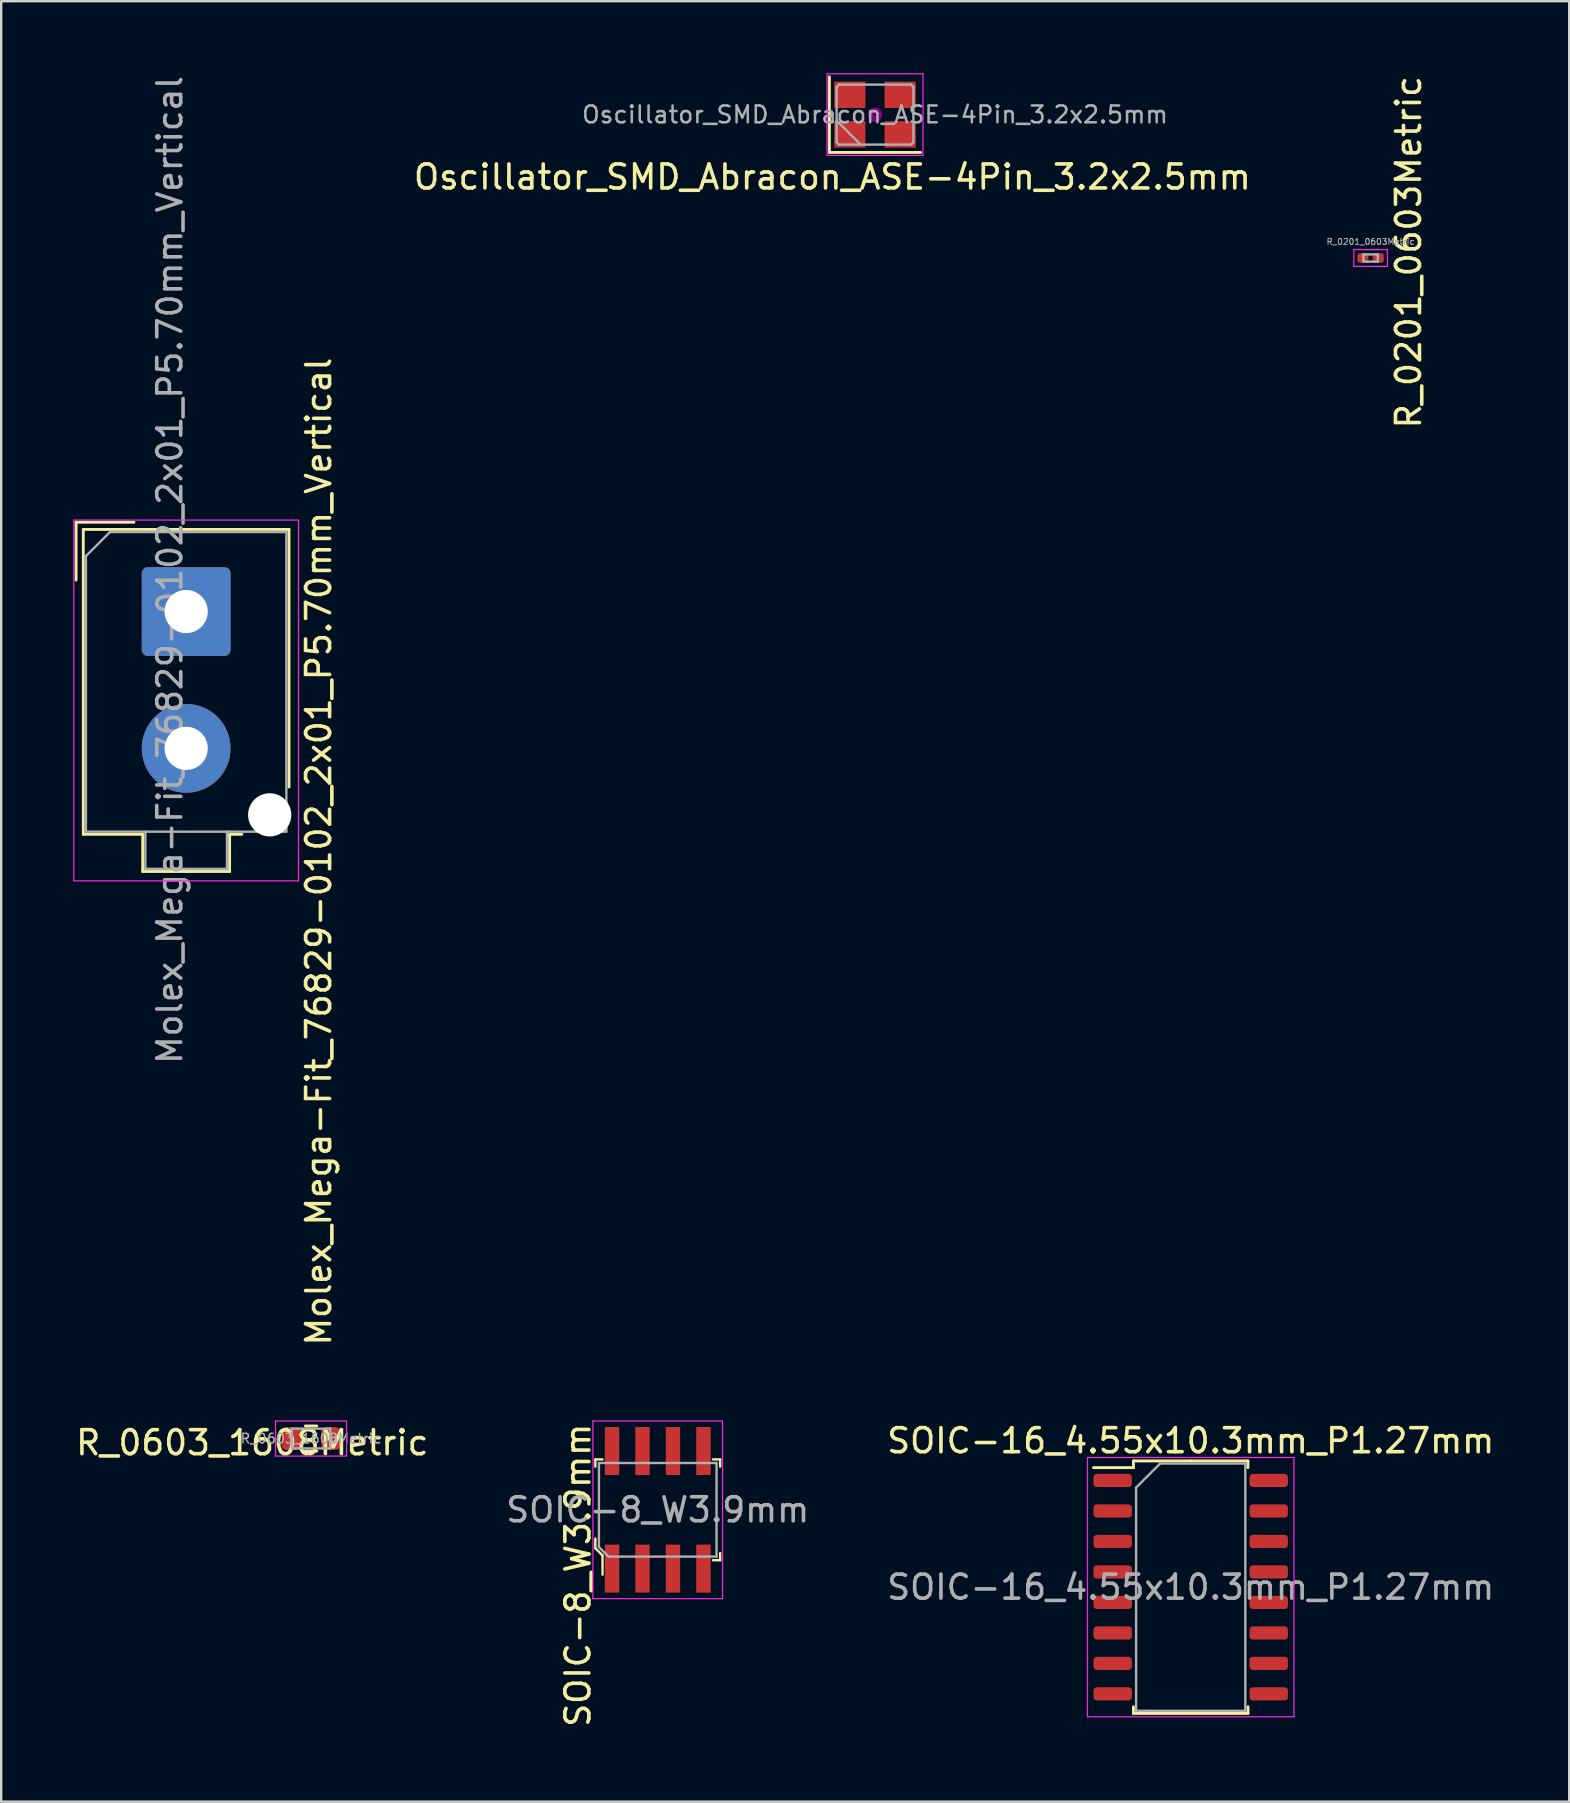
<source format=kicad_pcb>
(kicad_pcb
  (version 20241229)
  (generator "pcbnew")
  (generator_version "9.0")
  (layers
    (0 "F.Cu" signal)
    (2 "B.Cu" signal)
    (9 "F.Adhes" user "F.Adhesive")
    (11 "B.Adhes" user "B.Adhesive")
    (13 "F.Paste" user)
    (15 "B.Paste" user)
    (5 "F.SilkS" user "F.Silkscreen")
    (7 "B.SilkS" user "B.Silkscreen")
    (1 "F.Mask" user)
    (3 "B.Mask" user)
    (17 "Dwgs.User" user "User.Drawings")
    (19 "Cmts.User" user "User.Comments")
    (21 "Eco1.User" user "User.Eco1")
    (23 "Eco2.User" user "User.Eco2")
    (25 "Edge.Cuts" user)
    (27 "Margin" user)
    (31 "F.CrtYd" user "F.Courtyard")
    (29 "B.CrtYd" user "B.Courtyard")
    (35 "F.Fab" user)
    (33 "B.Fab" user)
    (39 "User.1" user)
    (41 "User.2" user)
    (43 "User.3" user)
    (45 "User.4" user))
  (footprint "R_0603_1608Metric"
    (layer "F.Cu")
    (at 9.908 56.878)
    (property "Reference" "R_0603_1608Metric" (at -2.45 0.175 0) (layer "F.SilkS") (effects (font (size 1 1) (thickness 0.15))))
    (attr smd)
    (fp_line (start -0.237 -0.522) (end 0.237 -0.522) (stroke (width 0.12) (type solid)) (layer "F.SilkS"))
    (fp_line (start -0.237 0.522) (end 0.237 0.522) (stroke (width 0.12) (type solid)) (layer "F.SilkS"))
    (fp_line (start -1.48 -0.73) (end 1.48 -0.73) (stroke (width 0.05) (type solid)) (layer "F.CrtYd"))
    (fp_line (start -1.48 0.73) (end -1.48 -0.73) (stroke (width 0.05) (type solid)) (layer "F.CrtYd"))
    (fp_line (start 1.48 -0.73) (end 1.48 0.73) (stroke (width 0.05) (type solid)) (layer "F.CrtYd"))
    (fp_line (start 1.48 0.73) (end -1.48 0.73) (stroke (width 0.05) (type solid)) (layer "F.CrtYd"))
    (fp_line (start -0.8 -0.412) (end 0.8 -0.412) (stroke (width 0.1) (type solid)) (layer "F.Fab"))
    (fp_line (start -0.8 0.412) (end -0.8 -0.412) (stroke (width 0.1) (type solid)) (layer "F.Fab"))
    (fp_line (start 0.8 -0.412) (end 0.8 0.412) (stroke (width 0.1) (type solid)) (layer "F.Fab"))
    (fp_line (start 0.8 0.412) (end -0.8 0.412) (stroke (width 0.1) (type solid)) (layer "F.Fab"))
    (fp_text user "${REFERENCE}" (at 0 0 0) (layer "F.Fab") (effects (font (size 0.4 0.4) (thickness 0.06))))
    (pad "1" smd roundrect (at -0.825 0) (size 0.8 0.95) (layers "F.Cu" "F.Mask" "F.Paste") (roundrect_rratio 0.25))
    (pad "2" smd roundrect (at 0.825 0) (size 0.8 0.95) (layers "F.Cu" "F.Mask" "F.Paste") (roundrect_rratio 0.25)))
  (footprint "Oscillator_SMD_Abracon_ASE-4Pin_3.2x2.5mm"
    (layer "F.Cu")
    (at 33.402 1.725)
    (property "Reference" "Oscillator_SMD_Abracon_ASE-4Pin_3.2x2.5mm" (at -1.775 2.6 0) (layer "F.SilkS") (effects (font (size 1 1) (thickness 0.15))))
    (attr smd)
    (fp_line (start -1.9 -1.575) (end -1.9 1.575) (stroke (width 0.12) (type solid)) (layer "F.SilkS"))
    (fp_line (start -1.9 1.575) (end 1.9 1.575) (stroke (width 0.12) (type solid)) (layer "F.SilkS"))
    (fp_circle (center 0 0) (end 0.058 0) (stroke (width 0.117) (type solid)) (fill no) (layer "F.Adhes"))
    (fp_circle (center 0 0) (end 0.133 0) (stroke (width 0.083) (type solid)) (fill no) (layer "F.Adhes"))
    (fp_circle (center 0 0) (end 0.208 0) (stroke (width 0.083) (type solid)) (fill no) (layer "F.Adhes"))
    (fp_circle (center 0 0) (end 0.25 0) (stroke (width 0.1) (type solid)) (fill no) (layer "F.Adhes"))
    (fp_line (start -2 -1.7) (end -2 1.7) (stroke (width 0.05) (type solid)) (layer "F.CrtYd"))
    (fp_line (start -2 1.7) (end 2 1.7) (stroke (width 0.05) (type solid)) (layer "F.CrtYd"))
    (fp_line (start 2 -1.7) (end -2 -1.7) (stroke (width 0.05) (type solid)) (layer "F.CrtYd"))
    (fp_line (start 2 1.7) (end 2 -1.7) (stroke (width 0.05) (type solid)) (layer "F.CrtYd"))
    (fp_line (start -1.6 -1.15) (end -1.5 -1.25) (stroke (width 0.1) (type solid)) (layer "F.Fab"))
    (fp_line (start -1.6 0.25) (end -0.6 1.25) (stroke (width 0.1) (type solid)) (layer "F.Fab"))
    (fp_line (start -1.6 1.15) (end -1.6 -1.15) (stroke (width 0.1) (type solid)) (layer "F.Fab"))
    (fp_line (start -1.5 -1.25) (end 1.5 -1.25) (stroke (width 0.1) (type solid)) (layer "F.Fab"))
    (fp_line (start -1.5 1.25) (end -1.6 1.15) (stroke (width 0.1) (type solid)) (layer "F.Fab"))
    (fp_line (start 1.5 -1.25) (end 1.6 -1.15) (stroke (width 0.1) (type solid)) (layer "F.Fab"))
    (fp_line (start 1.5 1.25) (end -1.5 1.25) (stroke (width 0.1) (type solid)) (layer "F.Fab"))
    (fp_line (start 1.6 -1.15) (end 1.6 1.15) (stroke (width 0.1) (type solid)) (layer "F.Fab"))
    (fp_line (start 1.6 1.15) (end 1.5 1.25) (stroke (width 0.1) (type solid)) (layer "F.Fab"))
    (fp_text user "${REFERENCE}" (at 0 0 0) (layer "F.Fab") (effects (font (size 0.7 0.7) (thickness 0.105))))
    (pad "1" smd rect (at -1.05 0.825) (size 1.3 1.1) (layers "F.Cu" "F.Mask" "F.Paste"))
    (pad "2" smd rect (at 1.05 0.825) (size 1.3 1.1) (layers "F.Cu" "F.Mask" "F.Paste"))
    (pad "3" smd rect (at 1.05 -0.825) (size 1.3 1.1) (layers "F.Cu" "F.Mask" "F.Paste"))
    (pad "4" smd rect (at -1.05 -0.825) (size 1.3 1.1) (layers "F.Cu" "F.Mask" "F.Paste")))
  (footprint "Molex_Mega-Fit_76829-0102_2x01_P5.70mm_Vertical"
    (layer "F.Cu")
    (at 4.705 22.426)
    (property "Reference" "Molex_Mega-Fit_76829-0102_2x01_P5.70mm_Vertical" (at 5.52 10 270) (layer "F.SilkS") (effects (font (size 1 1) (thickness 0.15))))
    (attr through_hole)
    (fp_line (start -4.585 -3.72) (end -2.175 -3.72) (stroke (width 0.12) (type solid)) (layer "F.SilkS"))
    (fp_line (start -4.585 -1.31) (end -4.585 -3.72) (stroke (width 0.12) (type solid)) (layer "F.SilkS"))
    (fp_line (start -4.285 -3.42) (end -4.285 9.28) (stroke (width 0.12) (type solid)) (layer "F.SilkS"))
    (fp_line (start -4.285 9.28) (end -1.81 9.28) (stroke (width 0.12) (type solid)) (layer "F.SilkS"))
    (fp_line (start -1.81 9.28) (end -1.81 10.83) (stroke (width 0.12) (type solid)) (layer "F.SilkS"))
    (fp_line (start -1.81 10.83) (end 0 10.83) (stroke (width 0.12) (type solid)) (layer "F.SilkS"))
    (fp_line (start 0 -3.42) (end -4.285 -3.42) (stroke (width 0.12) (type solid)) (layer "F.SilkS"))
    (fp_line (start 0 -3.42) (end 4.285 -3.42) (stroke (width 0.12) (type solid)) (layer "F.SilkS"))
    (fp_line (start 1.81 9.28) (end 1.81 10.83) (stroke (width 0.12) (type solid)) (layer "F.SilkS"))
    (fp_line (start 1.81 10.83) (end 0 10.83) (stroke (width 0.12) (type solid)) (layer "F.SilkS"))
    (fp_line (start 2.32 9.28) (end 1.81 9.28) (stroke (width 0.12) (type solid)) (layer "F.SilkS"))
    (fp_line (start 4.285 -3.42) (end 4.285 7.31) (stroke (width 0.12) (type solid)) (layer "F.SilkS"))
    (fp_line (start -4.68 -3.81) (end -4.68 11.22) (stroke (width 0.05) (type solid)) (layer "F.CrtYd"))
    (fp_line (start -4.68 11.22) (end 4.68 11.22) (stroke (width 0.05) (type solid)) (layer "F.CrtYd"))
    (fp_line (start 4.68 -3.81) (end -4.68 -3.81) (stroke (width 0.05) (type solid)) (layer "F.CrtYd"))
    (fp_line (start 4.68 11.22) (end 4.68 -3.81) (stroke (width 0.05) (type solid)) (layer "F.CrtYd"))
    (fp_line (start -4.175 -2.31) (end -4.175 9.17) (stroke (width 0.1) (type solid)) (layer "F.Fab"))
    (fp_line (start -4.175 9.17) (end 4.175 9.17) (stroke (width 0.1) (type solid)) (layer "F.Fab"))
    (fp_line (start -3.175 -3.31) (end -4.175 -2.31) (stroke (width 0.1) (type solid)) (layer "F.Fab"))
    (fp_line (start -1.7 9.17) (end -1.7 10.72) (stroke (width 0.1) (type solid)) (layer "F.Fab"))
    (fp_line (start -1.7 10.72) (end 1.7 10.72) (stroke (width 0.1) (type solid)) (layer "F.Fab"))
    (fp_line (start 1.7 10.72) (end 1.7 9.17) (stroke (width 0.1) (type solid)) (layer "F.Fab"))
    (fp_line (start 4.175 -3.31) (end -3.175 -3.31) (stroke (width 0.1) (type solid)) (layer "F.Fab"))
    (fp_line (start 4.175 9.17) (end 4.175 -3.31) (stroke (width 0.1) (type solid)) (layer "F.Fab"))
    (fp_text user "${REFERENCE}" (at -0.68 -1.73 270) (layer "F.Fab") (effects (font (size 1 1) (thickness 0.15))))
    (pad "" np_thru_hole circle (at 3.48 8.47) (size 1.8 1.8) (drill 1.8) (layers "*.Cu" "*.Mask"))
    (pad "1" thru_hole roundrect (at 0 0) (size 3.7 3.7) (drill 1.8) (layers "*.Cu" "*.Mask") (roundrect_rratio 0.068))
    (pad "2" thru_hole circle (at 0 5.7) (size 3.7 3.7) (drill 1.8) (layers "*.Cu" "*.Mask")))
  (footprint "SOIC-16_4.55x10.3mm_P1.27mm"
    (layer "F.Cu")
    (at 46.554 63.071)
    (property "Reference" "SOIC-16_4.55x10.3mm_P1.27mm" (at 0 -6.1 180) (layer "F.SilkS") (effects (font (size 1 1) (thickness 0.15))))
    (attr smd)
    (fp_line (start -2.385 -5.26) (end -2.385 -4.98) (stroke (width 0.12) (type solid)) (layer "F.SilkS"))
    (fp_line (start -2.385 -4.98) (end -4.05 -4.98) (stroke (width 0.12) (type solid)) (layer "F.SilkS"))
    (fp_line (start -2.385 5.26) (end -2.385 4.98) (stroke (width 0.12) (type solid)) (layer "F.SilkS"))
    (fp_line (start 0 -5.26) (end -2.385 -5.26) (stroke (width 0.12) (type solid)) (layer "F.SilkS"))
    (fp_line (start 0 -5.26) (end 2.385 -5.26) (stroke (width 0.12) (type solid)) (layer "F.SilkS"))
    (fp_line (start 0 5.26) (end -2.385 5.26) (stroke (width 0.12) (type solid)) (layer "F.SilkS"))
    (fp_line (start 0 5.26) (end 2.385 5.26) (stroke (width 0.12) (type solid)) (layer "F.SilkS"))
    (fp_line (start 2.385 -5.26) (end 2.385 -4.98) (stroke (width 0.12) (type solid)) (layer "F.SilkS"))
    (fp_line (start 2.385 5.26) (end 2.385 4.98) (stroke (width 0.12) (type solid)) (layer "F.SilkS"))
    (fp_line (start -4.3 -5.4) (end -4.3 5.4) (stroke (width 0.05) (type solid)) (layer "F.CrtYd"))
    (fp_line (start -4.3 5.4) (end 4.3 5.4) (stroke (width 0.05) (type solid)) (layer "F.CrtYd"))
    (fp_line (start 4.3 -5.4) (end -4.3 -5.4) (stroke (width 0.05) (type solid)) (layer "F.CrtYd"))
    (fp_line (start 4.3 5.4) (end 4.3 -5.4) (stroke (width 0.05) (type solid)) (layer "F.CrtYd"))
    (fp_line (start -2.275 -4.15) (end -1.275 -5.15) (stroke (width 0.1) (type solid)) (layer "F.Fab"))
    (fp_line (start -2.275 5.15) (end -2.275 -4.15) (stroke (width 0.1) (type solid)) (layer "F.Fab"))
    (fp_line (start -1.275 -5.15) (end 2.275 -5.15) (stroke (width 0.1) (type solid)) (layer "F.Fab"))
    (fp_line (start 2.275 -5.15) (end 2.275 5.15) (stroke (width 0.1) (type solid)) (layer "F.Fab"))
    (fp_line (start 2.275 5.15) (end -2.275 5.15) (stroke (width 0.1) (type solid)) (layer "F.Fab"))
    (fp_text user "${REFERENCE}" (at 0 0 180) (layer "F.Fab") (effects (font (size 1 1) (thickness 0.15))))
    (pad "1" smd roundrect (at -3.25 -4.445) (size 1.6 0.55) (layers "F.Cu" "F.Mask" "F.Paste") (roundrect_rratio 0.25))
    (pad "2" smd roundrect (at -3.25 -3.175) (size 1.6 0.55) (layers "F.Cu" "F.Mask" "F.Paste") (roundrect_rratio 0.25))
    (pad "3" smd roundrect (at -3.25 -1.905) (size 1.6 0.55) (layers "F.Cu" "F.Mask" "F.Paste") (roundrect_rratio 0.25))
    (pad "4" smd roundrect (at -3.25 -0.635) (size 1.6 0.55) (layers "F.Cu" "F.Mask" "F.Paste") (roundrect_rratio 0.25))
    (pad "5" smd roundrect (at -3.25 0.635) (size 1.6 0.55) (layers "F.Cu" "F.Mask" "F.Paste") (roundrect_rratio 0.25))
    (pad "6" smd roundrect (at -3.25 1.905) (size 1.6 0.55) (layers "F.Cu" "F.Mask" "F.Paste") (roundrect_rratio 0.25))
    (pad "7" smd roundrect (at -3.25 3.175) (size 1.6 0.55) (layers "F.Cu" "F.Mask" "F.Paste") (roundrect_rratio 0.25))
    (pad "8" smd roundrect (at -3.25 4.445) (size 1.6 0.55) (layers "F.Cu" "F.Mask" "F.Paste") (roundrect_rratio 0.25))
    (pad "9" smd roundrect (at 3.25 4.445) (size 1.6 0.55) (layers "F.Cu" "F.Mask" "F.Paste") (roundrect_rratio 0.25))
    (pad "10" smd roundrect (at 3.25 3.175) (size 1.6 0.55) (layers "F.Cu" "F.Mask" "F.Paste") (roundrect_rratio 0.25))
    (pad "11" smd roundrect (at 3.25 1.905) (size 1.6 0.55) (layers "F.Cu" "F.Mask" "F.Paste") (roundrect_rratio 0.25))
    (pad "12" smd roundrect (at 3.25 0.635) (size 1.6 0.55) (layers "F.Cu" "F.Mask" "F.Paste") (roundrect_rratio 0.25))
    (pad "13" smd roundrect (at 3.25 -0.635) (size 1.6 0.55) (layers "F.Cu" "F.Mask" "F.Paste") (roundrect_rratio 0.25))
    (pad "14" smd roundrect (at 3.25 -1.905) (size 1.6 0.55) (layers "F.Cu" "F.Mask" "F.Paste") (roundrect_rratio 0.25))
    (pad "15" smd roundrect (at 3.25 -3.175) (size 1.6 0.55) (layers "F.Cu" "F.Mask" "F.Paste") (roundrect_rratio 0.25))
    (pad "16" smd roundrect (at 3.25 -4.445) (size 1.6 0.55) (layers "F.Cu" "F.Mask" "F.Paste") (roundrect_rratio 0.25)))
  (footprint "R_0201_0603Metric"
    (layer "F.Cu")
    (at 54.049 7.698)
    (property "Reference" "R_0201_0603Metric" (at 1.58 -0.24 270) (layer "F.SilkS") (effects (font (size 1 1) (thickness 0.15))))
    (attr smd)
    (fp_line (start -0.7 -0.35) (end 0.7 -0.35) (stroke (width 0.05) (type solid)) (layer "F.CrtYd"))
    (fp_line (start -0.7 0.35) (end -0.7 -0.35) (stroke (width 0.05) (type solid)) (layer "F.CrtYd"))
    (fp_line (start 0.7 -0.35) (end 0.7 0.35) (stroke (width 0.05) (type solid)) (layer "F.CrtYd"))
    (fp_line (start 0.7 0.35) (end -0.7 0.35) (stroke (width 0.05) (type solid)) (layer "F.CrtYd"))
    (fp_line (start -0.3 -0.15) (end 0.3 -0.15) (stroke (width 0.1) (type solid)) (layer "F.Fab"))
    (fp_line (start -0.3 0.15) (end -0.3 -0.15) (stroke (width 0.1) (type solid)) (layer "F.Fab"))
    (fp_line (start 0.3 -0.15) (end 0.3 0.15) (stroke (width 0.1) (type solid)) (layer "F.Fab"))
    (fp_line (start 0.3 0.15) (end -0.3 0.15) (stroke (width 0.1) (type solid)) (layer "F.Fab"))
    (fp_text user "${REFERENCE}" (at 0 -0.68 180) (layer "F.Fab") (effects (font (size 0.25 0.25) (thickness 0.04))))
    (pad "" smd roundrect (at -0.345 0) (size 0.318 0.36) (layers "F.Paste") (roundrect_rratio 0.25))
    (pad "" smd roundrect (at 0.345 0) (size 0.318 0.36) (layers "F.Paste") (roundrect_rratio 0.25))
    (pad "1" smd roundrect (at -0.32 0) (size 0.46 0.4) (layers "F.Cu" "F.Mask") (roundrect_rratio 0.25))
    (pad "2" smd roundrect (at 0.32 0) (size 0.46 0.4) (layers "F.Cu" "F.Mask") (roundrect_rratio 0.25)))
  (footprint "SOIC-8_W3.9mm"
    (layer "F.Cu")
    (at 24.351 59.848)
    (property "Reference" "SOIC-8_W3.9mm" (at -3.325 2.725 270) (layer "F.SilkS") (effects (font (size 1 1) (thickness 0.15))))
    (attr smd)
    (fp_line (start -2.6 -2.1) (end -2.6 -1.8) (stroke (width 0.1) (type solid)) (layer "F.SilkS"))
    (fp_line (start -2.6 1.2) (end -2.6 1.6) (stroke (width 0.1) (type solid)) (layer "F.SilkS"))
    (fp_line (start -2.6 1.6) (end -2.3 1.9) (stroke (width 0.1) (type solid)) (layer "F.SilkS"))
    (fp_line (start -2.3 -2.1) (end -2.6 -2.1) (stroke (width 0.1) (type solid)) (layer "F.SilkS"))
    (fp_line (start -2.3 1.9) (end -2.3 2.7) (stroke (width 0.1) (type solid)) (layer "F.SilkS"))
    (fp_line (start 2.3 -2.1) (end 2.6 -2.1) (stroke (width 0.1) (type solid)) (layer "F.SilkS"))
    (fp_line (start 2.3 2.1) (end 2.6 2.1) (stroke (width 0.1) (type solid)) (layer "F.SilkS"))
    (fp_line (start 2.6 -2.1) (end 2.6 -1.8) (stroke (width 0.1) (type solid)) (layer "F.SilkS"))
    (fp_line (start 2.6 2.1) (end 2.6 1.8) (stroke (width 0.1) (type solid)) (layer "F.SilkS"))
    (fp_line (start -2.7 -3.7) (end -2.7 3.7) (stroke (width 0.05) (type solid)) (layer "F.CrtYd"))
    (fp_line (start -2.7 -3.7) (end 2.7 -3.7) (stroke (width 0.05) (type solid)) (layer "F.CrtYd"))
    (fp_line (start -2.7 3.7) (end 2.7 3.7) (stroke (width 0.05) (type solid)) (layer "F.CrtYd"))
    (fp_line (start 2.7 -3.7) (end 2.7 3.7) (stroke (width 0.05) (type solid)) (layer "F.CrtYd"))
    (fp_line (start -2.45 -1.95) (end 2.45 -1.95) (stroke (width 0.1) (type solid)) (layer "F.Fab"))
    (fp_line (start -2.45 1.55) (end -2.45 -1.95) (stroke (width 0.1) (type solid)) (layer "F.Fab"))
    (fp_line (start -2.45 1.55) (end -2.05 1.95) (stroke (width 0.1) (type solid)) (layer "F.Fab"))
    (fp_line (start -2.05 1.95) (end 2.45 1.95) (stroke (width 0.1) (type solid)) (layer "F.Fab"))
    (fp_line (start 2.45 -1.95) (end 2.45 1.95) (stroke (width 0.1) (type solid)) (layer "F.Fab"))
    (fp_text user "${REFERENCE}" (at 0 0 0) (layer "F.Fab") (effects (font (size 1 1) (thickness 0.15))))
    (pad "1" smd rect (at -1.905 2.45) (size 0.6 2) (layers "F.Cu" "F.Mask" "F.Paste"))
    (pad "2" smd rect (at -0.635 2.45) (size 0.6 2) (layers "F.Cu" "F.Mask" "F.Paste"))
    (pad "3" smd rect (at 0.635 2.45) (size 0.6 2) (layers "F.Cu" "F.Mask" "F.Paste"))
    (pad "4" smd rect (at 1.905 2.45) (size 0.6 2) (layers "F.Cu" "F.Mask" "F.Paste"))
    (pad "5" smd rect (at 1.905 -2.45) (size 0.6 2) (layers "F.Cu" "F.Mask" "F.Paste"))
    (pad "6" smd rect (at 0.635 -2.45) (size 0.6 2) (layers "F.Cu" "F.Mask" "F.Paste"))
    (pad "7" smd rect (at -0.635 -2.45) (size 0.6 2) (layers "F.Cu" "F.Mask" "F.Paste"))
    (pad "8" smd rect (at -1.905 -2.45) (size 0.6 2) (layers "F.Cu" "F.Mask" "F.Paste")))
  (gr_rect
    (start -3 -3)
    (end 62.321 72.007)
    (stroke (width 0.1) (type default))
    (fill no)
    (layer "Edge.Cuts")))
</source>
